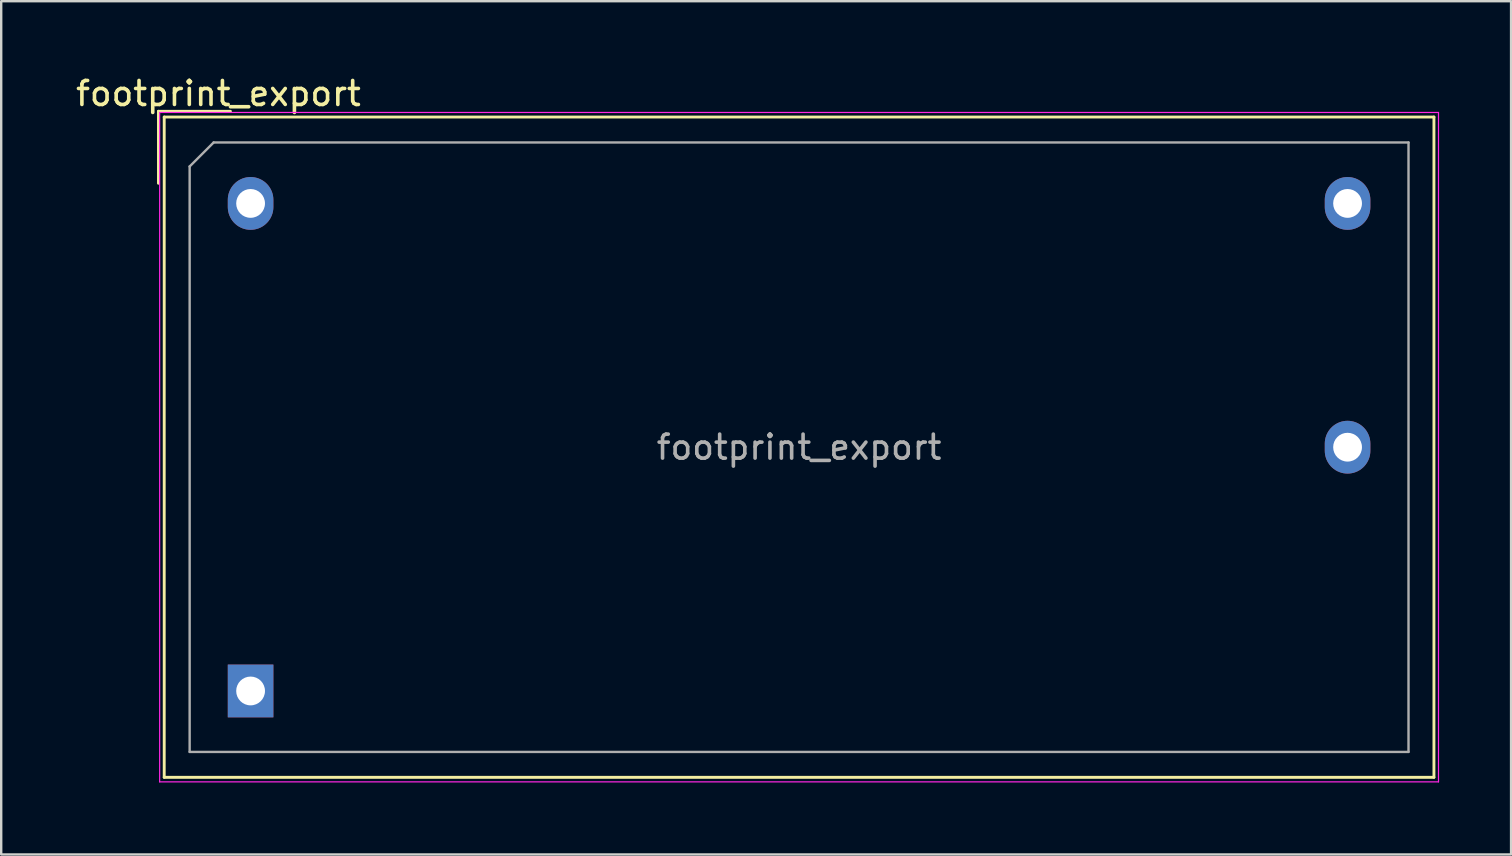
<source format=kicad_pcb>
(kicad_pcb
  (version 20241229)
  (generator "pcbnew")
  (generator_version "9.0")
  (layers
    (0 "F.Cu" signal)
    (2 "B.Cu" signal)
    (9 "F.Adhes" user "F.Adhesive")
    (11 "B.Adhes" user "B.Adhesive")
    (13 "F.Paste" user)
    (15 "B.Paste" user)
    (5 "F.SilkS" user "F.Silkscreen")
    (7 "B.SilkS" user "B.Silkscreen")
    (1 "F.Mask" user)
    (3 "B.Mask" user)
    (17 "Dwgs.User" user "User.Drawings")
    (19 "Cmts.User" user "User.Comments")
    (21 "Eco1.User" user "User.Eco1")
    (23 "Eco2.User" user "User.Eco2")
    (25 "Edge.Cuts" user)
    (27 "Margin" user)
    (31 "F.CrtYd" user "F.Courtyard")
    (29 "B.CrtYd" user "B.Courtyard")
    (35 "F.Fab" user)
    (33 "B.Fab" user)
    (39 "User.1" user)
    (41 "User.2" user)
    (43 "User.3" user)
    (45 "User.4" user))
  (footprint "footprint_export"
    (layer "F.Cu")
    (at 7.394 25.748)
    (property "Reference" "footprint_export" (at -1.34 -24.9 0) (layer "F.SilkS") (effects (font (size 1 1) (thickness 0.15))))
    (attr through_hole)
    (fp_line (start -3.84 -24.16) (end -0.84 -24.16) (stroke (width 0.12) (type solid)) (layer "F.SilkS"))
    (fp_line (start -3.84 -21.16) (end -3.84 -24.16) (stroke (width 0.12) (type solid)) (layer "F.SilkS"))
    (fp_line (start -3.6 -23.92) (end -3.6 3.6) (stroke (width 0.12) (type solid)) (layer "F.SilkS"))
    (fp_line (start -3.6 -23.92) (end 49.32 -23.92) (stroke (width 0.12) (type solid)) (layer "F.SilkS"))
    (fp_line (start -3.6 3.6) (end 49.32 3.6) (stroke (width 0.12) (type solid)) (layer "F.SilkS"))
    (fp_line (start 49.32 -23.92) (end 49.32 3.6) (stroke (width 0.12) (type solid)) (layer "F.SilkS"))
    (fp_line (start -3.79 -24.11) (end -3.79 3.79) (stroke (width 0.05) (type solid)) (layer "F.CrtYd"))
    (fp_line (start -3.79 -24.11) (end 49.51 -24.11) (stroke (width 0.05) (type solid)) (layer "F.CrtYd"))
    (fp_line (start -3.79 3.79) (end 49.51 3.79) (stroke (width 0.05) (type solid)) (layer "F.CrtYd"))
    (fp_line (start 49.51 -24.11) (end 49.51 3.79) (stroke (width 0.05) (type solid)) (layer "F.CrtYd"))
    (fp_line (start -2.54 -21.86) (end -1.54 -22.86) (stroke (width 0.1) (type solid)) (layer "F.Fab"))
    (fp_line (start -2.54 2.54) (end -2.54 -21.86) (stroke (width 0.1) (type solid)) (layer "F.Fab"))
    (fp_line (start -1.54 -22.86) (end 48.26 -22.86) (stroke (width 0.1) (type solid)) (layer "F.Fab"))
    (fp_line (start 48.26 -22.86) (end 48.26 2.54) (stroke (width 0.1) (type solid)) (layer "F.Fab"))
    (fp_line (start 48.26 2.54) (end -2.54 2.54) (stroke (width 0.1) (type solid)) (layer "F.Fab"))
    (fp_text user "${REFERENCE}" (at 22.86 -10.16 0) (layer "F.Fab") (effects (font (size 1 1) (thickness 0.15))))
    (pad "1" thru_hole rect (at 0 0) (size 1.9 2.2) (drill 1.2) (layers "*.Cu" "*.Mask"))
    (pad "2" thru_hole oval (at 0 -20.32) (size 1.9 2.2) (drill 1.2) (layers "*.Cu" "*.Mask"))
    (pad "3" thru_hole oval (at 45.72 -20.32) (size 1.9 2.2) (drill 1.2) (layers "*.Cu" "*.Mask"))
    (pad "4" thru_hole oval (at 45.72 -10.16) (size 1.9 2.2) (drill 1.2) (layers "*.Cu" "*.Mask")))
  (gr_rect
    (start -3 -3)
    (end 59.929 32.563)
    (stroke (width 0.1) (type default))
    (fill no)
    (layer "Edge.Cuts")))
</source>
